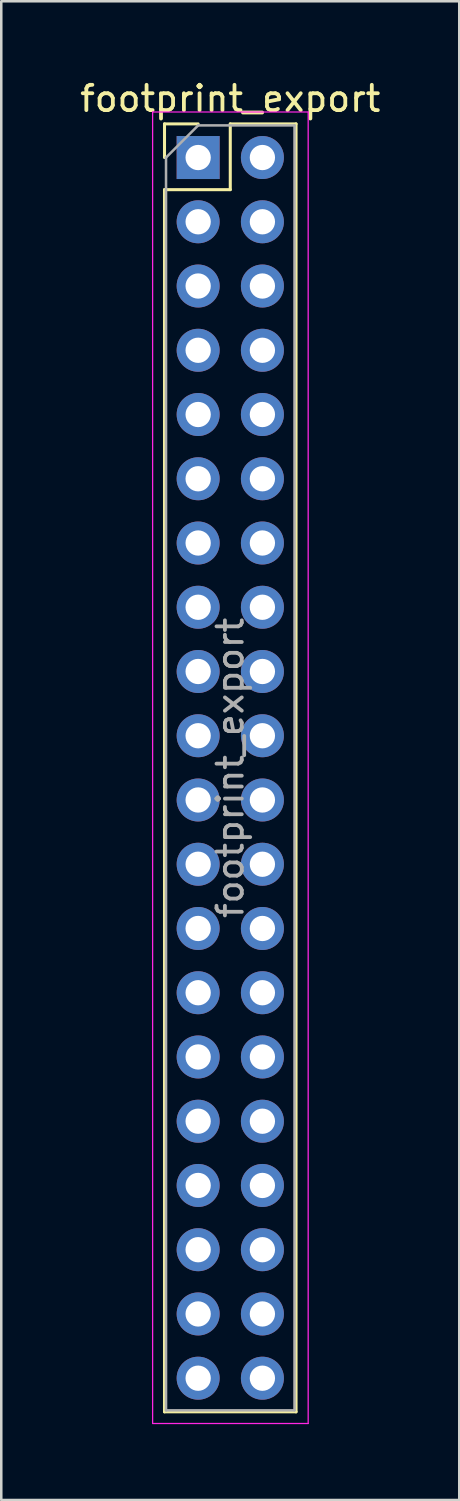
<source format=kicad_pcb>
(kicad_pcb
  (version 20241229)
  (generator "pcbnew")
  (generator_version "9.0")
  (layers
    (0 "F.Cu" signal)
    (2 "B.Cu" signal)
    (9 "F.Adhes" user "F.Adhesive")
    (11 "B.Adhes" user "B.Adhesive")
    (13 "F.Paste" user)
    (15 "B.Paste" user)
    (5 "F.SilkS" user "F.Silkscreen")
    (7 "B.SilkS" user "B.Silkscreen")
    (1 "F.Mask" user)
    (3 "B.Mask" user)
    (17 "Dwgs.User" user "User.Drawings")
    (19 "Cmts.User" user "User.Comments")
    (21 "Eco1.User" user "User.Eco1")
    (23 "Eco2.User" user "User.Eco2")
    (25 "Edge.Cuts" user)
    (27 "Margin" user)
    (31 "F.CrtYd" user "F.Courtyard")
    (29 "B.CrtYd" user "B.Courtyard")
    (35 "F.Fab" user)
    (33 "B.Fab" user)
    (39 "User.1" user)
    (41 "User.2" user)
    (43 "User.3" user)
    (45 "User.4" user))
  (footprint "footprint_export"
    (layer "F.Cu")
    (at 4.784 3.178)
    (property "Reference" "footprint_export" (at 1.27 -2.33 0) (layer "F.SilkS") (effects (font (size 1 1) (thickness 0.15))))
    (attr through_hole)
    (fp_line (start -1.33 -1.33) (end 0 -1.33) (stroke (width 0.12) (type solid)) (layer "F.SilkS"))
    (fp_line (start -1.33 0) (end -1.33 -1.33) (stroke (width 0.12) (type solid)) (layer "F.SilkS"))
    (fp_line (start -1.33 1.27) (end -1.33 49.59) (stroke (width 0.12) (type solid)) (layer "F.SilkS"))
    (fp_line (start -1.33 1.27) (end 1.27 1.27) (stroke (width 0.12) (type solid)) (layer "F.SilkS"))
    (fp_line (start -1.33 49.59) (end 3.87 49.59) (stroke (width 0.12) (type solid)) (layer "F.SilkS"))
    (fp_line (start 1.27 -1.33) (end 3.87 -1.33) (stroke (width 0.12) (type solid)) (layer "F.SilkS"))
    (fp_line (start 1.27 1.27) (end 1.27 -1.33) (stroke (width 0.12) (type solid)) (layer "F.SilkS"))
    (fp_line (start 3.87 -1.33) (end 3.87 49.59) (stroke (width 0.12) (type solid)) (layer "F.SilkS"))
    (fp_line (start -1.8 -1.8) (end -1.8 50.05) (stroke (width 0.05) (type solid)) (layer "F.CrtYd"))
    (fp_line (start -1.8 50.05) (end 4.35 50.05) (stroke (width 0.05) (type solid)) (layer "F.CrtYd"))
    (fp_line (start 4.35 -1.8) (end -1.8 -1.8) (stroke (width 0.05) (type solid)) (layer "F.CrtYd"))
    (fp_line (start 4.35 50.05) (end 4.35 -1.8) (stroke (width 0.05) (type solid)) (layer "F.CrtYd"))
    (fp_line (start -1.27 0) (end 0 -1.27) (stroke (width 0.1) (type solid)) (layer "F.Fab"))
    (fp_line (start -1.27 49.53) (end -1.27 0) (stroke (width 0.1) (type solid)) (layer "F.Fab"))
    (fp_line (start 0 -1.27) (end 3.81 -1.27) (stroke (width 0.1) (type solid)) (layer "F.Fab"))
    (fp_line (start 3.81 -1.27) (end 3.81 49.53) (stroke (width 0.1) (type solid)) (layer "F.Fab"))
    (fp_line (start 3.81 49.53) (end -1.27 49.53) (stroke (width 0.1) (type solid)) (layer "F.Fab"))
    (fp_text user "${REFERENCE}" (at 1.27 24.13 90) (layer "F.Fab") (effects (font (size 1 1) (thickness 0.15))))
    (pad "1" thru_hole rect (at 0 0) (size 1.7 1.7) (drill 1) (layers "*.Cu" "*.Mask"))
    (pad "2" thru_hole oval (at 2.54 0) (size 1.7 1.7) (drill 1) (layers "*.Cu" "*.Mask"))
    (pad "3" thru_hole oval (at 0 2.54) (size 1.7 1.7) (drill 1) (layers "*.Cu" "*.Mask"))
    (pad "4" thru_hole oval (at 2.54 2.54) (size 1.7 1.7) (drill 1) (layers "*.Cu" "*.Mask"))
    (pad "5" thru_hole oval (at 0 5.08) (size 1.7 1.7) (drill 1) (layers "*.Cu" "*.Mask"))
    (pad "6" thru_hole oval (at 2.54 5.08) (size 1.7 1.7) (drill 1) (layers "*.Cu" "*.Mask"))
    (pad "7" thru_hole oval (at 0 7.62) (size 1.7 1.7) (drill 1) (layers "*.Cu" "*.Mask"))
    (pad "8" thru_hole oval (at 2.54 7.62) (size 1.7 1.7) (drill 1) (layers "*.Cu" "*.Mask"))
    (pad "9" thru_hole oval (at 0 10.16) (size 1.7 1.7) (drill 1) (layers "*.Cu" "*.Mask"))
    (pad "10" thru_hole oval (at 2.54 10.16) (size 1.7 1.7) (drill 1) (layers "*.Cu" "*.Mask"))
    (pad "11" thru_hole oval (at 0 12.7) (size 1.7 1.7) (drill 1) (layers "*.Cu" "*.Mask"))
    (pad "12" thru_hole oval (at 2.54 12.7) (size 1.7 1.7) (drill 1) (layers "*.Cu" "*.Mask"))
    (pad "13" thru_hole oval (at 0 15.24) (size 1.7 1.7) (drill 1) (layers "*.Cu" "*.Mask"))
    (pad "14" thru_hole oval (at 2.54 15.24) (size 1.7 1.7) (drill 1) (layers "*.Cu" "*.Mask"))
    (pad "15" thru_hole oval (at 0 17.78) (size 1.7 1.7) (drill 1) (layers "*.Cu" "*.Mask"))
    (pad "16" thru_hole oval (at 2.54 17.78) (size 1.7 1.7) (drill 1) (layers "*.Cu" "*.Mask"))
    (pad "17" thru_hole oval (at 0 20.32) (size 1.7 1.7) (drill 1) (layers "*.Cu" "*.Mask"))
    (pad "18" thru_hole oval (at 2.54 20.32) (size 1.7 1.7) (drill 1) (layers "*.Cu" "*.Mask"))
    (pad "19" thru_hole oval (at 0 22.86) (size 1.7 1.7) (drill 1) (layers "*.Cu" "*.Mask"))
    (pad "20" thru_hole oval (at 2.54 22.86) (size 1.7 1.7) (drill 1) (layers "*.Cu" "*.Mask"))
    (pad "21" thru_hole oval (at 0 25.4) (size 1.7 1.7) (drill 1) (layers "*.Cu" "*.Mask"))
    (pad "22" thru_hole oval (at 2.54 25.4) (size 1.7 1.7) (drill 1) (layers "*.Cu" "*.Mask"))
    (pad "23" thru_hole oval (at 0 27.94) (size 1.7 1.7) (drill 1) (layers "*.Cu" "*.Mask"))
    (pad "24" thru_hole oval (at 2.54 27.94) (size 1.7 1.7) (drill 1) (layers "*.Cu" "*.Mask"))
    (pad "25" thru_hole oval (at 0 30.48) (size 1.7 1.7) (drill 1) (layers "*.Cu" "*.Mask"))
    (pad "26" thru_hole oval (at 2.54 30.48) (size 1.7 1.7) (drill 1) (layers "*.Cu" "*.Mask"))
    (pad "27" thru_hole oval (at 0 33.02) (size 1.7 1.7) (drill 1) (layers "*.Cu" "*.Mask"))
    (pad "28" thru_hole oval (at 2.54 33.02) (size 1.7 1.7) (drill 1) (layers "*.Cu" "*.Mask"))
    (pad "29" thru_hole oval (at 0 35.56) (size 1.7 1.7) (drill 1) (layers "*.Cu" "*.Mask"))
    (pad "30" thru_hole oval (at 2.54 35.56) (size 1.7 1.7) (drill 1) (layers "*.Cu" "*.Mask"))
    (pad "31" thru_hole oval (at 0 38.1) (size 1.7 1.7) (drill 1) (layers "*.Cu" "*.Mask"))
    (pad "32" thru_hole oval (at 2.54 38.1) (size 1.7 1.7) (drill 1) (layers "*.Cu" "*.Mask"))
    (pad "33" thru_hole oval (at 0 40.64) (size 1.7 1.7) (drill 1) (layers "*.Cu" "*.Mask"))
    (pad "34" thru_hole oval (at 2.54 40.64) (size 1.7 1.7) (drill 1) (layers "*.Cu" "*.Mask"))
    (pad "35" thru_hole oval (at 0 43.18) (size 1.7 1.7) (drill 1) (layers "*.Cu" "*.Mask"))
    (pad "36" thru_hole oval (at 2.54 43.18) (size 1.7 1.7) (drill 1) (layers "*.Cu" "*.Mask"))
    (pad "37" thru_hole oval (at 0 45.72) (size 1.7 1.7) (drill 1) (layers "*.Cu" "*.Mask"))
    (pad "38" thru_hole oval (at 2.54 45.72) (size 1.7 1.7) (drill 1) (layers "*.Cu" "*.Mask"))
    (pad "39" thru_hole oval (at 0 48.26) (size 1.7 1.7) (drill 1) (layers "*.Cu" "*.Mask"))
    (pad "40" thru_hole oval (at 2.54 48.26) (size 1.7 1.7) (drill 1) (layers "*.Cu" "*.Mask")))
  (gr_rect
    (start -3 -3)
    (end 15.107 56.253)
    (stroke (width 0.1) (type default))
    (fill no)
    (layer "Edge.Cuts")))
</source>
